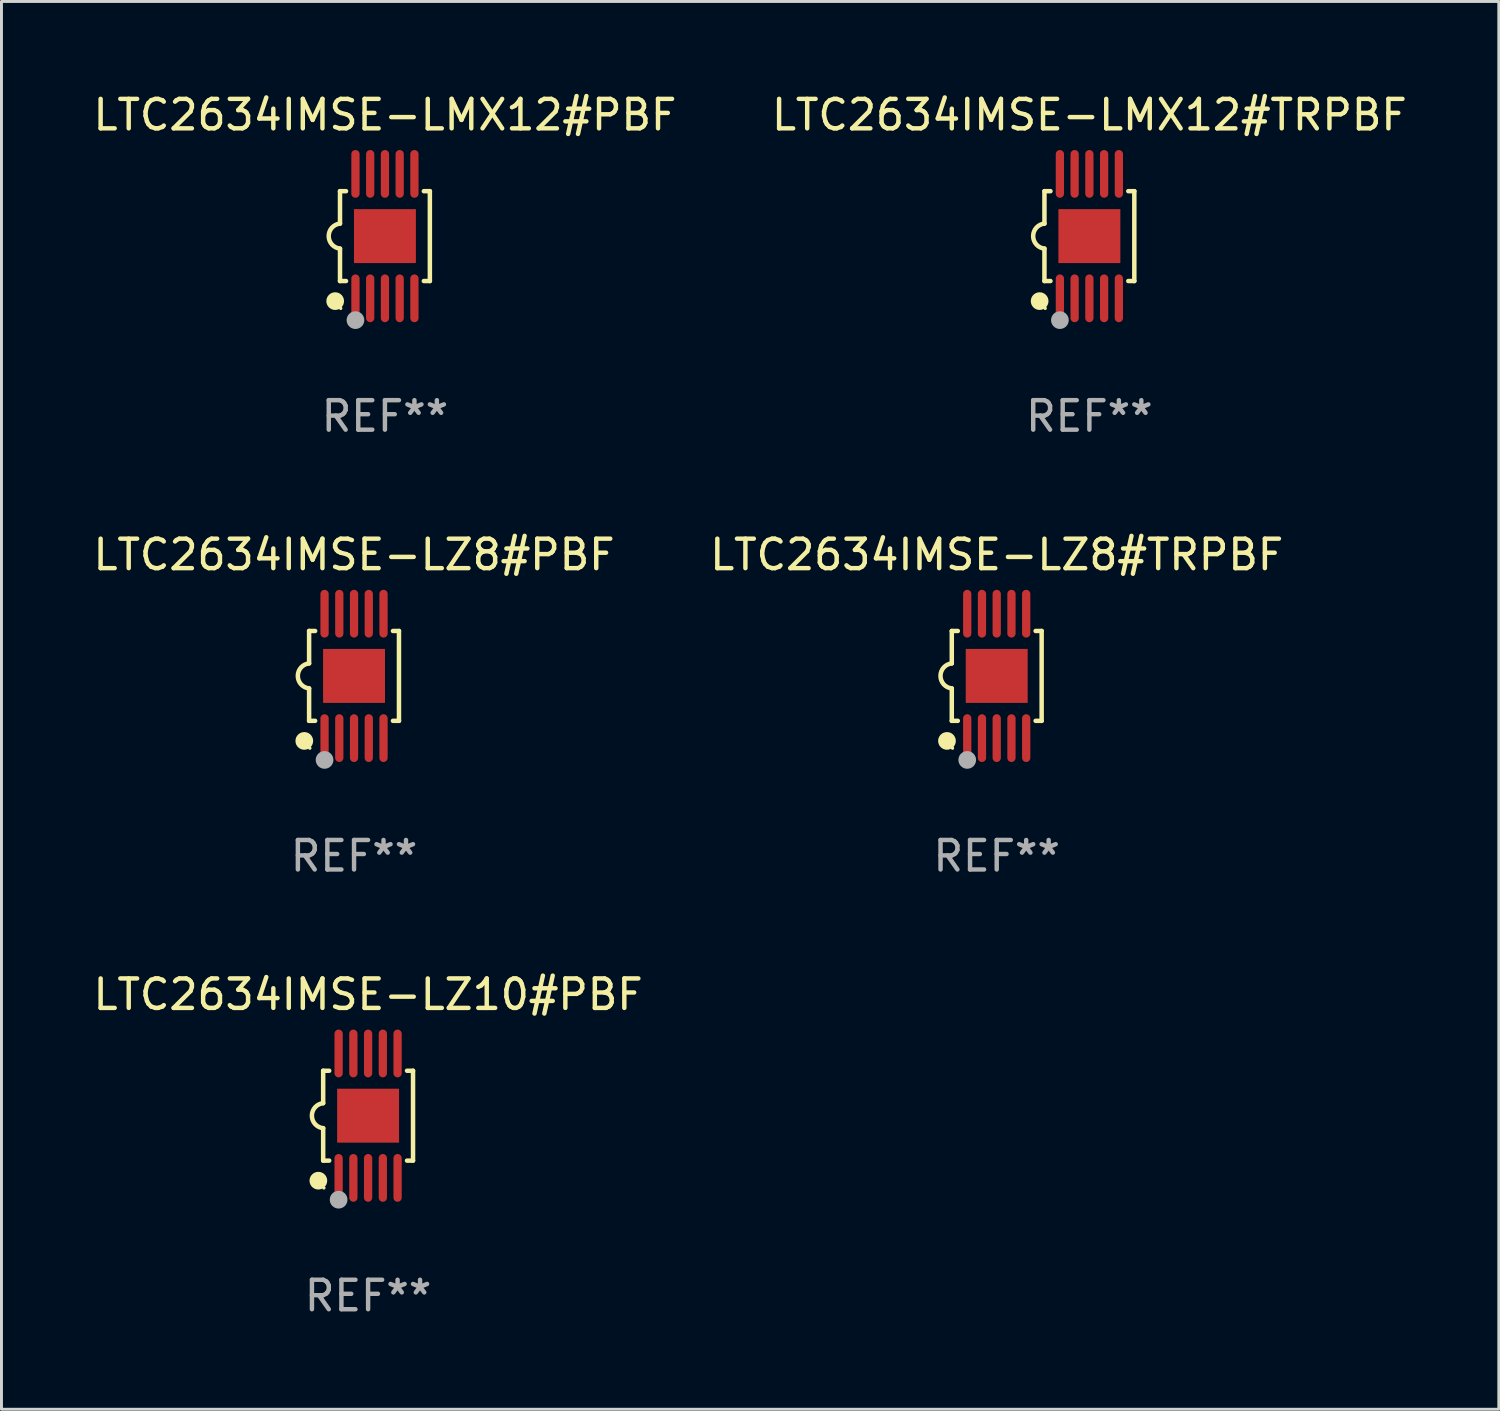
<source format=kicad_pcb>
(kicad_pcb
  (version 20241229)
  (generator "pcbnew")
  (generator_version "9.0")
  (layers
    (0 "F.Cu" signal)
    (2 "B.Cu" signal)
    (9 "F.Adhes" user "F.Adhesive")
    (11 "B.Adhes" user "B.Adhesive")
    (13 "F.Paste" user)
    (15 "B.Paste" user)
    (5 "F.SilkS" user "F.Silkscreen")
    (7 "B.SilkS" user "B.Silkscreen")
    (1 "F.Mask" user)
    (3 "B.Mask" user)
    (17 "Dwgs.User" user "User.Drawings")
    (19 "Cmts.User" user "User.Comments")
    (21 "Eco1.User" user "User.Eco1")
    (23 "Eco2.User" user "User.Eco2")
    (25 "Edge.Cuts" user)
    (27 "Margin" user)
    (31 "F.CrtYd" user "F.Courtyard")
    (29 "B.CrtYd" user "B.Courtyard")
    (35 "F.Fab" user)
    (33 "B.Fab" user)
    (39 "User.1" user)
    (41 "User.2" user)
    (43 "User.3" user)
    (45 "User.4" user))
  (footprint "LTC2634IMSE-LZ8#TRPBF"
    (layer "F.Cu")
    (at 30.756 19.875)
    (property "Reference" "LTC2634IMSE-LZ8#TRPBF" (at 0 -4.11 0) (layer "F.SilkS") (effects (font (size 1 1) (thickness 0.15))))
    (attr through_hole)
    (fp_line (start -1.524 -1.524) (end -1.524 -0.424) (stroke (width 0.152) (type solid)) (layer "F.SilkS"))
    (fp_line (start -1.524 1.524) (end -1.524 0.424) (stroke (width 0.152) (type solid)) (layer "F.SilkS"))
    (fp_line (start -1.524 1.524) (end -1.32 1.524) (stroke (width 0.152) (type solid)) (layer "F.SilkS"))
    (fp_line (start -1.32 -1.524) (end -1.524 -1.524) (stroke (width 0.152) (type solid)) (layer "F.SilkS"))
    (fp_line (start 1.32 1.524) (end 1.524 1.524) (stroke (width 0.152) (type solid)) (layer "F.SilkS"))
    (fp_line (start 1.524 -1.524) (end 1.32 -1.524) (stroke (width 0.152) (type solid)) (layer "F.SilkS"))
    (fp_line (start 1.524 1.524) (end 1.524 -1.524) (stroke (width 0.152) (type solid)) (layer "F.SilkS"))
    (fp_arc (start -1.524003 0.424003) (mid -1.906663 -0.000089) (end -1.524004 -0.424181) (stroke (width 0.151994) (type solid)) (layer "F.SilkS"))
    (fp_circle (center -1.687 2.205) (end -1.537 2.205) (stroke (width 0.3) (type solid)) (fill no) (layer "F.SilkS"))
    (fp_circle (center -1.5 2.45) (end -1.47 2.45) (stroke (width 0.06) (type solid)) (fill no) (layer "F.SilkS"))
    (fp_circle (center -1 2.85) (end -0.85 2.85) (stroke (width 0.3) (type solid)) (fill no) (layer "F.Fab"))
    (fp_text user "REF**" (at 0 6.11 0) (layer "F.Fab") (effects (font (size 1 1) (thickness 0.15))))
    (pad "1" smd oval (at -1 2.11) (size 0.28 1.62) (layers "F.Cu" "F.Mask" "F.Paste"))
    (pad "2" smd oval (at -0.5 2.11) (size 0.28 1.62) (layers "F.Cu" "F.Mask" "F.Paste"))
    (pad "3" smd oval (at 0 2.11) (size 0.28 1.62) (layers "F.Cu" "F.Mask" "F.Paste"))
    (pad "4" smd oval (at 0.5 2.11) (size 0.28 1.62) (layers "F.Cu" "F.Mask" "F.Paste"))
    (pad "5" smd oval (at 1 2.11) (size 0.28 1.62) (layers "F.Cu" "F.Mask" "F.Paste"))
    (pad "6" smd oval (at 1 -2.11) (size 0.28 1.62) (layers "F.Cu" "F.Mask" "F.Paste"))
    (pad "7" smd oval (at 0.5 -2.11) (size 0.28 1.62) (layers "F.Cu" "F.Mask" "F.Paste"))
    (pad "8" smd oval (at 0 -2.11) (size 0.28 1.62) (layers "F.Cu" "F.Mask" "F.Paste"))
    (pad "9" smd oval (at -0.5 -2.11) (size 0.28 1.62) (layers "F.Cu" "F.Mask" "F.Paste"))
    (pad "10" smd oval (at -1 -2.11) (size 0.28 1.62) (layers "F.Cu" "F.Mask" "F.Paste"))
    (pad "11" smd rect (at 0 0) (size 2.1 1.83) (layers "F.Cu" "F.Mask" "F.Paste")))
  (footprint "LTC2634IMSE-LZ8#PBF"
    (layer "F.Cu")
    (at 8.958 19.875)
    (property "Reference" "LTC2634IMSE-LZ8#PBF" (at 0 -4.11 0) (layer "F.SilkS") (effects (font (size 1 1) (thickness 0.15))))
    (attr through_hole)
    (fp_line (start -1.524 -1.524) (end -1.524 -0.424) (stroke (width 0.152) (type solid)) (layer "F.SilkS"))
    (fp_line (start -1.524 1.524) (end -1.524 0.424) (stroke (width 0.152) (type solid)) (layer "F.SilkS"))
    (fp_line (start -1.524 1.524) (end -1.32 1.524) (stroke (width 0.152) (type solid)) (layer "F.SilkS"))
    (fp_line (start -1.32 -1.524) (end -1.524 -1.524) (stroke (width 0.152) (type solid)) (layer "F.SilkS"))
    (fp_line (start 1.32 1.524) (end 1.524 1.524) (stroke (width 0.152) (type solid)) (layer "F.SilkS"))
    (fp_line (start 1.524 -1.524) (end 1.32 -1.524) (stroke (width 0.152) (type solid)) (layer "F.SilkS"))
    (fp_line (start 1.524 1.524) (end 1.524 -1.524) (stroke (width 0.152) (type solid)) (layer "F.SilkS"))
    (fp_arc (start -1.524003 0.424003) (mid -1.906663 -0.000089) (end -1.524004 -0.424181) (stroke (width 0.151994) (type solid)) (layer "F.SilkS"))
    (fp_circle (center -1.687 2.205) (end -1.537 2.205) (stroke (width 0.3) (type solid)) (fill no) (layer "F.SilkS"))
    (fp_circle (center -1.5 2.45) (end -1.47 2.45) (stroke (width 0.06) (type solid)) (fill no) (layer "F.SilkS"))
    (fp_circle (center -1 2.85) (end -0.85 2.85) (stroke (width 0.3) (type solid)) (fill no) (layer "F.Fab"))
    (fp_text user "REF**" (at 0 6.11 0) (layer "F.Fab") (effects (font (size 1 1) (thickness 0.15))))
    (pad "1" smd oval (at -1 2.11) (size 0.28 1.62) (layers "F.Cu" "F.Mask" "F.Paste"))
    (pad "2" smd oval (at -0.5 2.11) (size 0.28 1.62) (layers "F.Cu" "F.Mask" "F.Paste"))
    (pad "3" smd oval (at 0 2.11) (size 0.28 1.62) (layers "F.Cu" "F.Mask" "F.Paste"))
    (pad "4" smd oval (at 0.5 2.11) (size 0.28 1.62) (layers "F.Cu" "F.Mask" "F.Paste"))
    (pad "5" smd oval (at 1 2.11) (size 0.28 1.62) (layers "F.Cu" "F.Mask" "F.Paste"))
    (pad "6" smd oval (at 1 -2.11) (size 0.28 1.62) (layers "F.Cu" "F.Mask" "F.Paste"))
    (pad "7" smd oval (at 0.5 -2.11) (size 0.28 1.62) (layers "F.Cu" "F.Mask" "F.Paste"))
    (pad "8" smd oval (at 0 -2.11) (size 0.28 1.62) (layers "F.Cu" "F.Mask" "F.Paste"))
    (pad "9" smd oval (at -0.5 -2.11) (size 0.28 1.62) (layers "F.Cu" "F.Mask" "F.Paste"))
    (pad "10" smd oval (at -1 -2.11) (size 0.28 1.62) (layers "F.Cu" "F.Mask" "F.Paste"))
    (pad "11" smd rect (at 0 0) (size 2.1 1.83) (layers "F.Cu" "F.Mask" "F.Paste")))
  (footprint "LTC2634IMSE-LZ10#PBF"
    (layer "F.Cu")
    (at 9.435 34.791)
    (property "Reference" "LTC2634IMSE-LZ10#PBF" (at 0 -4.11 0) (layer "F.SilkS") (effects (font (size 1 1) (thickness 0.15))))
    (attr through_hole)
    (fp_line (start -1.524 -1.524) (end -1.524 -0.424) (stroke (width 0.152) (type solid)) (layer "F.SilkS"))
    (fp_line (start -1.524 1.524) (end -1.524 0.424) (stroke (width 0.152) (type solid)) (layer "F.SilkS"))
    (fp_line (start -1.524 1.524) (end -1.32 1.524) (stroke (width 0.152) (type solid)) (layer "F.SilkS"))
    (fp_line (start -1.32 -1.524) (end -1.524 -1.524) (stroke (width 0.152) (type solid)) (layer "F.SilkS"))
    (fp_line (start 1.32 1.524) (end 1.524 1.524) (stroke (width 0.152) (type solid)) (layer "F.SilkS"))
    (fp_line (start 1.524 -1.524) (end 1.32 -1.524) (stroke (width 0.152) (type solid)) (layer "F.SilkS"))
    (fp_line (start 1.524 1.524) (end 1.524 -1.524) (stroke (width 0.152) (type solid)) (layer "F.SilkS"))
    (fp_arc (start -1.524003 0.424003) (mid -1.906663 -0.000089) (end -1.524004 -0.424181) (stroke (width 0.151994) (type solid)) (layer "F.SilkS"))
    (fp_circle (center -1.687 2.205) (end -1.537 2.205) (stroke (width 0.3) (type solid)) (fill no) (layer "F.SilkS"))
    (fp_circle (center -1.5 2.45) (end -1.47 2.45) (stroke (width 0.06) (type solid)) (fill no) (layer "F.SilkS"))
    (fp_circle (center -1 2.85) (end -0.85 2.85) (stroke (width 0.3) (type solid)) (fill no) (layer "F.Fab"))
    (fp_text user "REF**" (at 0 6.11 0) (layer "F.Fab") (effects (font (size 1 1) (thickness 0.15))))
    (pad "1" smd oval (at -1 2.11) (size 0.28 1.62) (layers "F.Cu" "F.Mask" "F.Paste"))
    (pad "2" smd oval (at -0.5 2.11) (size 0.28 1.62) (layers "F.Cu" "F.Mask" "F.Paste"))
    (pad "3" smd oval (at 0 2.11) (size 0.28 1.62) (layers "F.Cu" "F.Mask" "F.Paste"))
    (pad "4" smd oval (at 0.5 2.11) (size 0.28 1.62) (layers "F.Cu" "F.Mask" "F.Paste"))
    (pad "5" smd oval (at 1 2.11) (size 0.28 1.62) (layers "F.Cu" "F.Mask" "F.Paste"))
    (pad "6" smd oval (at 1 -2.11) (size 0.28 1.62) (layers "F.Cu" "F.Mask" "F.Paste"))
    (pad "7" smd oval (at 0.5 -2.11) (size 0.28 1.62) (layers "F.Cu" "F.Mask" "F.Paste"))
    (pad "8" smd oval (at 0 -2.11) (size 0.28 1.62) (layers "F.Cu" "F.Mask" "F.Paste"))
    (pad "9" smd oval (at -0.5 -2.11) (size 0.28 1.62) (layers "F.Cu" "F.Mask" "F.Paste"))
    (pad "10" smd oval (at -1 -2.11) (size 0.28 1.62) (layers "F.Cu" "F.Mask" "F.Paste"))
    (pad "11" smd rect (at 0 0) (size 2.1 1.83) (layers "F.Cu" "F.Mask" "F.Paste")))
  (footprint "LTC2634IMSE-LMX12#PBF"
    (layer "F.Cu")
    (at 10.006 4.958)
    (property "Reference" "LTC2634IMSE-LMX12#PBF" (at 0 -4.11 0) (layer "F.SilkS") (effects (font (size 1 1) (thickness 0.15))))
    (attr through_hole)
    (fp_line (start -1.524 -1.524) (end -1.524 -0.424) (stroke (width 0.152) (type solid)) (layer "F.SilkS"))
    (fp_line (start -1.524 1.524) (end -1.524 0.424) (stroke (width 0.152) (type solid)) (layer "F.SilkS"))
    (fp_line (start -1.524 1.524) (end -1.32 1.524) (stroke (width 0.152) (type solid)) (layer "F.SilkS"))
    (fp_line (start -1.32 -1.524) (end -1.524 -1.524) (stroke (width 0.152) (type solid)) (layer "F.SilkS"))
    (fp_line (start 1.32 1.524) (end 1.524 1.524) (stroke (width 0.152) (type solid)) (layer "F.SilkS"))
    (fp_line (start 1.524 -1.524) (end 1.32 -1.524) (stroke (width 0.152) (type solid)) (layer "F.SilkS"))
    (fp_line (start 1.524 1.524) (end 1.524 -1.524) (stroke (width 0.152) (type solid)) (layer "F.SilkS"))
    (fp_arc (start -1.524003 0.424003) (mid -1.906663 -0.000089) (end -1.524004 -0.424181) (stroke (width 0.151994) (type solid)) (layer "F.SilkS"))
    (fp_circle (center -1.687 2.205) (end -1.537 2.205) (stroke (width 0.3) (type solid)) (fill no) (layer "F.SilkS"))
    (fp_circle (center -1.5 2.45) (end -1.47 2.45) (stroke (width 0.06) (type solid)) (fill no) (layer "F.SilkS"))
    (fp_circle (center -1 2.85) (end -0.85 2.85) (stroke (width 0.3) (type solid)) (fill no) (layer "F.Fab"))
    (fp_text user "REF**" (at 0 6.11 0) (layer "F.Fab") (effects (font (size 1 1) (thickness 0.15))))
    (pad "1" smd oval (at -1 2.11) (size 0.28 1.62) (layers "F.Cu" "F.Mask" "F.Paste"))
    (pad "2" smd oval (at -0.5 2.11) (size 0.28 1.62) (layers "F.Cu" "F.Mask" "F.Paste"))
    (pad "3" smd oval (at 0 2.11) (size 0.28 1.62) (layers "F.Cu" "F.Mask" "F.Paste"))
    (pad "4" smd oval (at 0.5 2.11) (size 0.28 1.62) (layers "F.Cu" "F.Mask" "F.Paste"))
    (pad "5" smd oval (at 1 2.11) (size 0.28 1.62) (layers "F.Cu" "F.Mask" "F.Paste"))
    (pad "6" smd oval (at 1 -2.11) (size 0.28 1.62) (layers "F.Cu" "F.Mask" "F.Paste"))
    (pad "7" smd oval (at 0.5 -2.11) (size 0.28 1.62) (layers "F.Cu" "F.Mask" "F.Paste"))
    (pad "8" smd oval (at 0 -2.11) (size 0.28 1.62) (layers "F.Cu" "F.Mask" "F.Paste"))
    (pad "9" smd oval (at -0.5 -2.11) (size 0.28 1.62) (layers "F.Cu" "F.Mask" "F.Paste"))
    (pad "10" smd oval (at -1 -2.11) (size 0.28 1.62) (layers "F.Cu" "F.Mask" "F.Paste"))
    (pad "11" smd rect (at 0 0) (size 2.1 1.83) (layers "F.Cu" "F.Mask" "F.Paste")))
  (footprint "LTC2634IMSE-LMX12#TRPBF"
    (layer "F.Cu")
    (at 33.899 4.958)
    (property "Reference" "LTC2634IMSE-LMX12#TRPBF" (at 0 -4.11 0) (layer "F.SilkS") (effects (font (size 1 1) (thickness 0.15))))
    (attr through_hole)
    (fp_line (start -1.524 -1.524) (end -1.524 -0.424) (stroke (width 0.152) (type solid)) (layer "F.SilkS"))
    (fp_line (start -1.524 1.524) (end -1.524 0.424) (stroke (width 0.152) (type solid)) (layer "F.SilkS"))
    (fp_line (start -1.524 1.524) (end -1.32 1.524) (stroke (width 0.152) (type solid)) (layer "F.SilkS"))
    (fp_line (start -1.32 -1.524) (end -1.524 -1.524) (stroke (width 0.152) (type solid)) (layer "F.SilkS"))
    (fp_line (start 1.32 1.524) (end 1.524 1.524) (stroke (width 0.152) (type solid)) (layer "F.SilkS"))
    (fp_line (start 1.524 -1.524) (end 1.32 -1.524) (stroke (width 0.152) (type solid)) (layer "F.SilkS"))
    (fp_line (start 1.524 1.524) (end 1.524 -1.524) (stroke (width 0.152) (type solid)) (layer "F.SilkS"))
    (fp_arc (start -1.524003 0.424003) (mid -1.906663 -0.000089) (end -1.524004 -0.424181) (stroke (width 0.151994) (type solid)) (layer "F.SilkS"))
    (fp_circle (center -1.687 2.205) (end -1.537 2.205) (stroke (width 0.3) (type solid)) (fill no) (layer "F.SilkS"))
    (fp_circle (center -1.5 2.45) (end -1.47 2.45) (stroke (width 0.06) (type solid)) (fill no) (layer "F.SilkS"))
    (fp_circle (center -1 2.85) (end -0.85 2.85) (stroke (width 0.3) (type solid)) (fill no) (layer "F.Fab"))
    (fp_text user "REF**" (at 0 6.11 0) (layer "F.Fab") (effects (font (size 1 1) (thickness 0.15))))
    (pad "1" smd oval (at -1 2.11) (size 0.28 1.62) (layers "F.Cu" "F.Mask" "F.Paste"))
    (pad "2" smd oval (at -0.5 2.11) (size 0.28 1.62) (layers "F.Cu" "F.Mask" "F.Paste"))
    (pad "3" smd oval (at 0 2.11) (size 0.28 1.62) (layers "F.Cu" "F.Mask" "F.Paste"))
    (pad "4" smd oval (at 0.5 2.11) (size 0.28 1.62) (layers "F.Cu" "F.Mask" "F.Paste"))
    (pad "5" smd oval (at 1 2.11) (size 0.28 1.62) (layers "F.Cu" "F.Mask" "F.Paste"))
    (pad "6" smd oval (at 1 -2.11) (size 0.28 1.62) (layers "F.Cu" "F.Mask" "F.Paste"))
    (pad "7" smd oval (at 0.5 -2.11) (size 0.28 1.62) (layers "F.Cu" "F.Mask" "F.Paste"))
    (pad "8" smd oval (at 0 -2.11) (size 0.28 1.62) (layers "F.Cu" "F.Mask" "F.Paste"))
    (pad "9" smd oval (at -0.5 -2.11) (size 0.28 1.62) (layers "F.Cu" "F.Mask" "F.Paste"))
    (pad "10" smd oval (at -1 -2.11) (size 0.28 1.62) (layers "F.Cu" "F.Mask" "F.Paste"))
    (pad "11" smd rect (at 0 0) (size 2.1 1.83) (layers "F.Cu" "F.Mask" "F.Paste")))
  (gr_rect
    (start -3 -3)
    (end 47.786 44.749)
    (stroke (width 0.1) (type default))
    (fill no)
    (layer "Edge.Cuts")))
</source>
